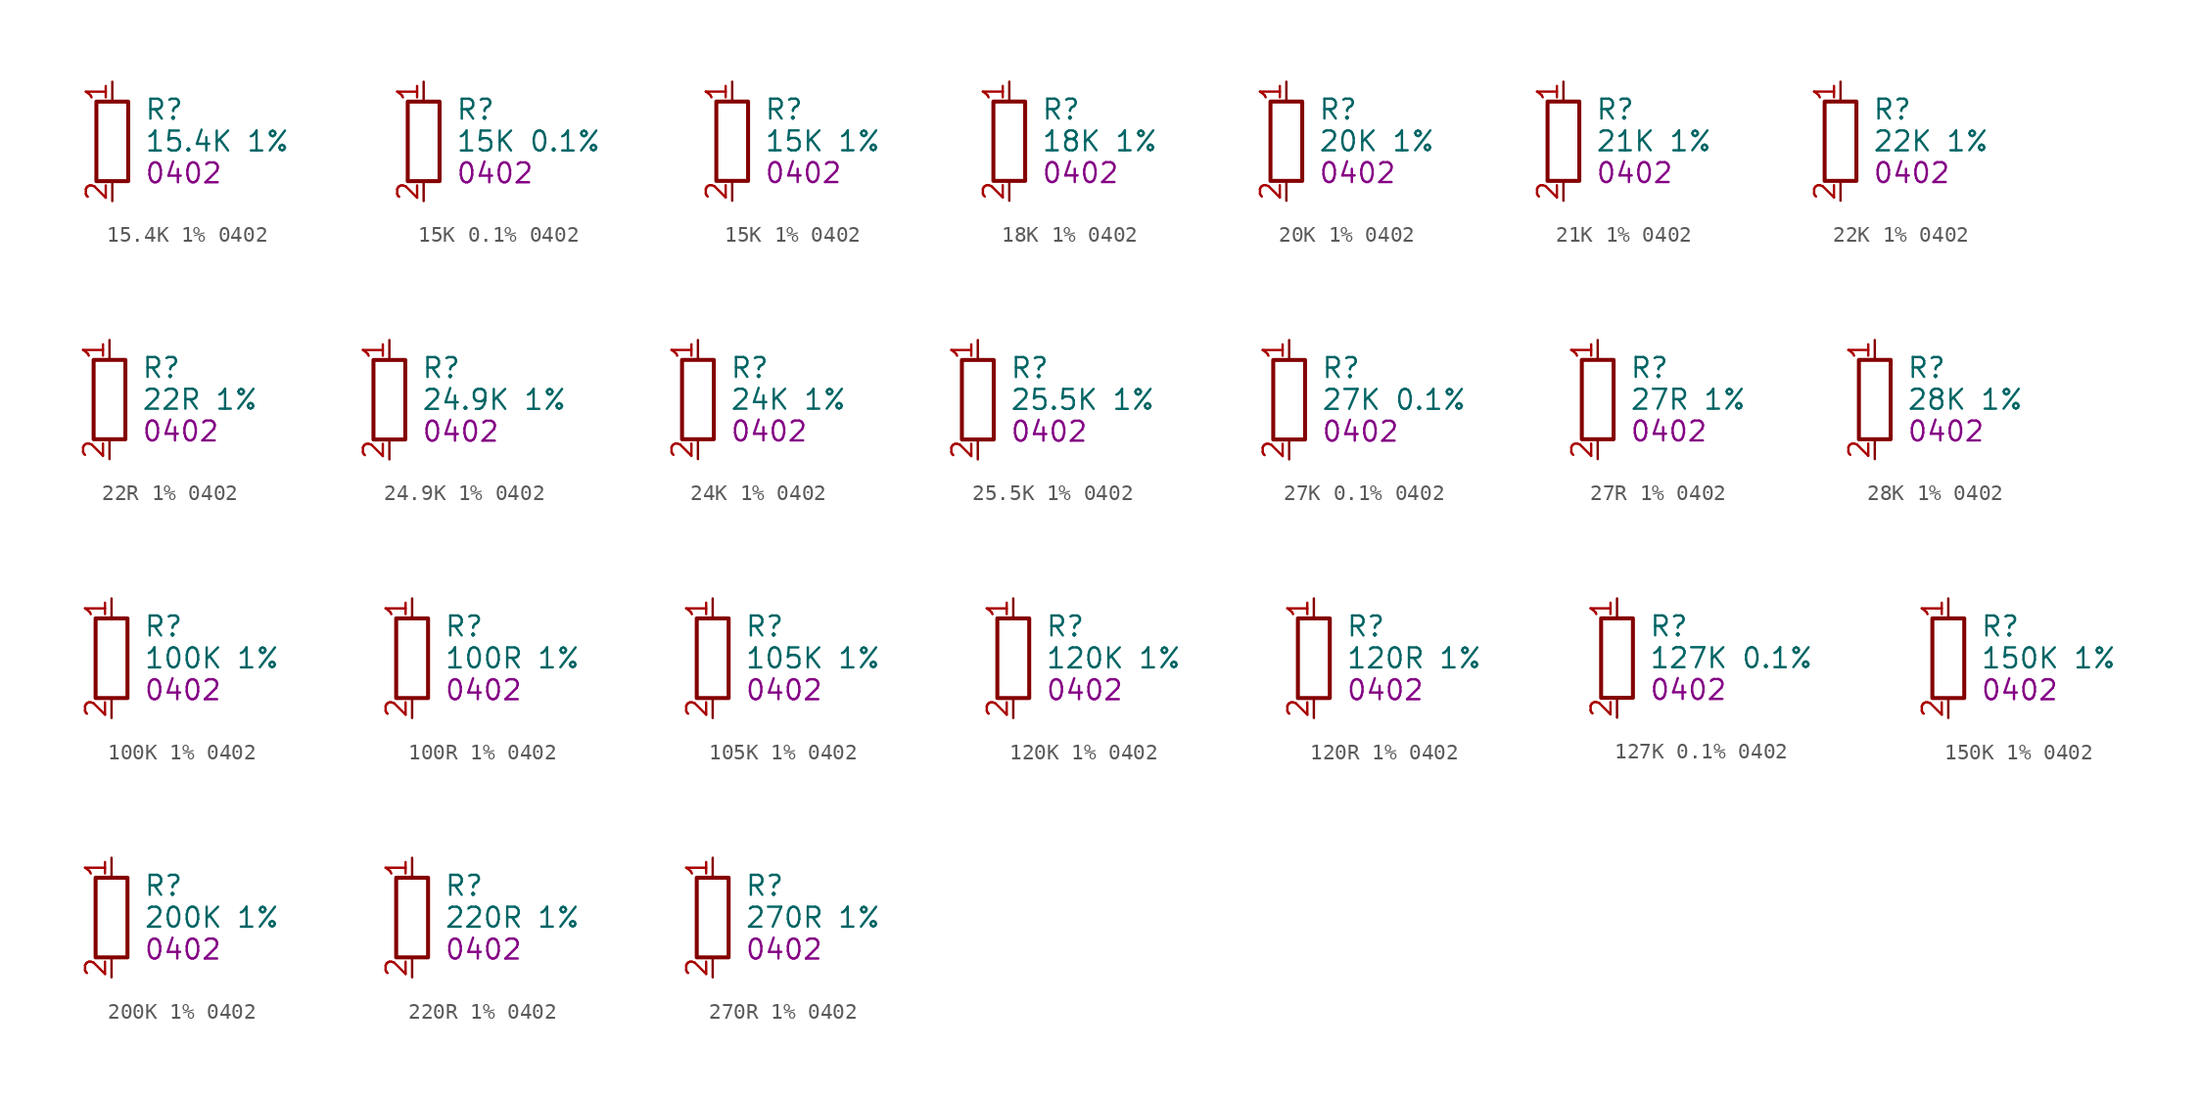
<source format=kicad_sym>
(kicad_symbol_lib
  (version 20241209)
  (generator "kicad_symbol_editor")
  (generator_version "9.0")
  (symbol "15.4K 1% 0402"
    (property "Reference" "R"
      (at 2.032 2.032 0)
      (effects (font (size 1.27 1.27)) (justify left)))
    (property "Value" "15.4K 1%"
      (at 2.032 0 0)
      (effects (font (size 1.27 1.27)) (justify left)))
    (property "FOOTPRINT_SHORT" "0402"
      (at 2.032 -2.032 0)
      (effects (font (size 1.27 1.27)) (justify left)))
    (symbol "15.4K 1% 0402_0_1"
      (rectangle (start -1.016 2.54) (end 1.016 -2.54) (stroke (width 0.254) (type default)) (fill (type none))))
    (symbol "15.4K 1% 0402_1_1"
      (pin passive line (at 0 3.81 270) (length 1.27) (name "~" (effects (font (size 1.27 1.27)))) (number "1" (effects (font (size 1.27 1.27)))))
      (pin passive line (at 0 -3.81 90) (length 1.27) (name "~" (effects (font (size 1.27 1.27)))) (number "2" (effects (font (size 1.27 1.27)))))))
  (symbol "15K 0.1% 0402"
    (property "Reference" "R"
      (at 2.032 2.032 0)
      (effects (font (size 1.27 1.27)) (justify left)))
    (property "Value" "15K 0.1%"
      (at 2.032 0 0)
      (effects (font (size 1.27 1.27)) (justify left)))
    (property "FOOTPRINT_SHORT" "0402"
      (at 2.032 -2.032 0)
      (effects (font (size 1.27 1.27)) (justify left)))
    (symbol "15K 0.1% 0402_0_1"
      (rectangle (start -1.016 2.54) (end 1.016 -2.54) (stroke (width 0.254) (type default)) (fill (type none))))
    (symbol "15K 0.1% 0402_1_1"
      (pin passive line (at 0 3.81 270) (length 1.27) (name "~" (effects (font (size 1.27 1.27)))) (number "1" (effects (font (size 1.27 1.27)))))
      (pin passive line (at 0 -3.81 90) (length 1.27) (name "~" (effects (font (size 1.27 1.27)))) (number "2" (effects (font (size 1.27 1.27)))))))
  (symbol "15K 1% 0402"
    (property "Reference" "R"
      (at 2.032 2.032 0)
      (effects (font (size 1.27 1.27)) (justify left)))
    (property "Value" "15K 1%"
      (at 2.032 0 0)
      (effects (font (size 1.27 1.27)) (justify left)))
    (property "FOOTPRINT_SHORT" "0402"
      (at 2.032 -2.032 0)
      (effects (font (size 1.27 1.27)) (justify left)))
    (symbol "15K 1% 0402_0_1"
      (rectangle (start -1.016 2.54) (end 1.016 -2.54) (stroke (width 0.254) (type default)) (fill (type none))))
    (symbol "15K 1% 0402_1_1"
      (pin passive line (at 0 3.81 270) (length 1.27) (name "~" (effects (font (size 1.27 1.27)))) (number "1" (effects (font (size 1.27 1.27)))))
      (pin passive line (at 0 -3.81 90) (length 1.27) (name "~" (effects (font (size 1.27 1.27)))) (number "2" (effects (font (size 1.27 1.27)))))))
  (symbol "18K 1% 0402"
    (property "Reference" "R"
      (at 2.032 2.032 0)
      (effects (font (size 1.27 1.27)) (justify left)))
    (property "Value" "18K 1%"
      (at 2.032 0 0)
      (effects (font (size 1.27 1.27)) (justify left)))
    (property "FOOTPRINT_SHORT" "0402"
      (at 2.032 -2.032 0)
      (effects (font (size 1.27 1.27)) (justify left)))
    (symbol "18K 1% 0402_0_1"
      (rectangle (start -1.016 2.54) (end 1.016 -2.54) (stroke (width 0.254) (type default)) (fill (type none))))
    (symbol "18K 1% 0402_1_1"
      (pin passive line (at 0 3.81 270) (length 1.27) (name "~" (effects (font (size 1.27 1.27)))) (number "1" (effects (font (size 1.27 1.27)))))
      (pin passive line (at 0 -3.81 90) (length 1.27) (name "~" (effects (font (size 1.27 1.27)))) (number "2" (effects (font (size 1.27 1.27)))))))
  (symbol "20K 1% 0402"
    (property "Reference" "R"
      (at 2.032 2.032 0)
      (effects (font (size 1.27 1.27)) (justify left)))
    (property "Value" "20K 1%"
      (at 2.032 0 0)
      (effects (font (size 1.27 1.27)) (justify left)))
    (property "FOOTPRINT_SHORT" "0402"
      (at 2.032 -2.032 0)
      (effects (font (size 1.27 1.27)) (justify left)))
    (symbol "20K 1% 0402_0_1"
      (rectangle (start -1.016 2.54) (end 1.016 -2.54) (stroke (width 0.254) (type default)) (fill (type none))))
    (symbol "20K 1% 0402_1_1"
      (pin passive line (at 0 3.81 270) (length 1.27) (name "~" (effects (font (size 1.27 1.27)))) (number "1" (effects (font (size 1.27 1.27)))))
      (pin passive line (at 0 -3.81 90) (length 1.27) (name "~" (effects (font (size 1.27 1.27)))) (number "2" (effects (font (size 1.27 1.27)))))))
  (symbol "21K 1% 0402"
    (property "Reference" "R"
      (at 2.032 2.032 0)
      (effects (font (size 1.27 1.27)) (justify left)))
    (property "Value" "21K 1%"
      (at 2.032 0 0)
      (effects (font (size 1.27 1.27)) (justify left)))
    (property "FOOTPRINT_SHORT" "0402"
      (at 2.032 -2.032 0)
      (effects (font (size 1.27 1.27)) (justify left)))
    (symbol "21K 1% 0402_0_1"
      (rectangle (start -1.016 2.54) (end 1.016 -2.54) (stroke (width 0.254) (type default)) (fill (type none))))
    (symbol "21K 1% 0402_1_1"
      (pin passive line (at 0 3.81 270) (length 1.27) (name "~" (effects (font (size 1.27 1.27)))) (number "1" (effects (font (size 1.27 1.27)))))
      (pin passive line (at 0 -3.81 90) (length 1.27) (name "~" (effects (font (size 1.27 1.27)))) (number "2" (effects (font (size 1.27 1.27)))))))
  (symbol "22K 1% 0402"
    (property "Reference" "R"
      (at 2.032 2.032 0)
      (effects (font (size 1.27 1.27)) (justify left)))
    (property "Value" "22K 1%"
      (at 2.032 0 0)
      (effects (font (size 1.27 1.27)) (justify left)))
    (property "FOOTPRINT_SHORT" "0402"
      (at 2.032 -2.032 0)
      (effects (font (size 1.27 1.27)) (justify left)))
    (symbol "22K 1% 0402_0_1"
      (rectangle (start -1.016 2.54) (end 1.016 -2.54) (stroke (width 0.254) (type default)) (fill (type none))))
    (symbol "22K 1% 0402_1_1"
      (pin passive line (at 0 3.81 270) (length 1.27) (name "~" (effects (font (size 1.27 1.27)))) (number "1" (effects (font (size 1.27 1.27)))))
      (pin passive line (at 0 -3.81 90) (length 1.27) (name "~" (effects (font (size 1.27 1.27)))) (number "2" (effects (font (size 1.27 1.27)))))))
  (symbol "22R 1% 0402"
    (property "Reference" "R"
      (at 2.032 2.032 0)
      (effects (font (size 1.27 1.27)) (justify left)))
    (property "Value" "22R 1%"
      (at 2.032 0 0)
      (effects (font (size 1.27 1.27)) (justify left)))
    (property "FOOTPRINT_SHORT" "0402"
      (at 2.032 -2.032 0)
      (effects (font (size 1.27 1.27)) (justify left)))
    (symbol "22R 1% 0402_0_1"
      (rectangle (start -1.016 2.54) (end 1.016 -2.54) (stroke (width 0.254) (type default)) (fill (type none))))
    (symbol "22R 1% 0402_1_1"
      (pin passive line (at 0 3.81 270) (length 1.27) (name "~" (effects (font (size 1.27 1.27)))) (number "1" (effects (font (size 1.27 1.27)))))
      (pin passive line (at 0 -3.81 90) (length 1.27) (name "~" (effects (font (size 1.27 1.27)))) (number "2" (effects (font (size 1.27 1.27)))))))
  (symbol "24.9K 1% 0402"
    (property "Reference" "R"
      (at 2.032 2.032 0)
      (effects (font (size 1.27 1.27)) (justify left)))
    (property "Value" "24.9K 1%"
      (at 2.032 0 0)
      (effects (font (size 1.27 1.27)) (justify left)))
    (property "FOOTPRINT_SHORT" "0402"
      (at 2.032 -2.032 0)
      (effects (font (size 1.27 1.27)) (justify left)))
    (symbol "24.9K 1% 0402_0_1"
      (rectangle (start -1.016 2.54) (end 1.016 -2.54) (stroke (width 0.254) (type default)) (fill (type none))))
    (symbol "24.9K 1% 0402_1_1"
      (pin passive line (at 0 3.81 270) (length 1.27) (name "~" (effects (font (size 1.27 1.27)))) (number "1" (effects (font (size 1.27 1.27)))))
      (pin passive line (at 0 -3.81 90) (length 1.27) (name "~" (effects (font (size 1.27 1.27)))) (number "2" (effects (font (size 1.27 1.27)))))))
  (symbol "24K 1% 0402"
    (property "Reference" "R"
      (at 2.032 2.032 0)
      (effects (font (size 1.27 1.27)) (justify left)))
    (property "Value" "24K 1%"
      (at 2.032 0 0)
      (effects (font (size 1.27 1.27)) (justify left)))
    (property "FOOTPRINT_SHORT" "0402"
      (at 2.032 -2.032 0)
      (effects (font (size 1.27 1.27)) (justify left)))
    (symbol "24K 1% 0402_0_1"
      (rectangle (start -1.016 2.54) (end 1.016 -2.54) (stroke (width 0.254) (type default)) (fill (type none))))
    (symbol "24K 1% 0402_1_1"
      (pin passive line (at 0 3.81 270) (length 1.27) (name "~" (effects (font (size 1.27 1.27)))) (number "1" (effects (font (size 1.27 1.27)))))
      (pin passive line (at 0 -3.81 90) (length 1.27) (name "~" (effects (font (size 1.27 1.27)))) (number "2" (effects (font (size 1.27 1.27)))))))
  (symbol "25.5K 1% 0402"
    (property "Reference" "R"
      (at 2.032 2.032 0)
      (effects (font (size 1.27 1.27)) (justify left)))
    (property "Value" "25.5K 1%"
      (at 2.032 0 0)
      (effects (font (size 1.27 1.27)) (justify left)))
    (property "FOOTPRINT_SHORT" "0402"
      (at 2.032 -2.032 0)
      (effects (font (size 1.27 1.27)) (justify left)))
    (symbol "25.5K 1% 0402_0_1"
      (rectangle (start -1.016 2.54) (end 1.016 -2.54) (stroke (width 0.254) (type default)) (fill (type none))))
    (symbol "25.5K 1% 0402_1_1"
      (pin passive line (at 0 3.81 270) (length 1.27) (name "~" (effects (font (size 1.27 1.27)))) (number "1" (effects (font (size 1.27 1.27)))))
      (pin passive line (at 0 -3.81 90) (length 1.27) (name "~" (effects (font (size 1.27 1.27)))) (number "2" (effects (font (size 1.27 1.27)))))))
  (symbol "27K 0.1% 0402"
    (property "Reference" "R"
      (at 2.032 2.032 0)
      (effects (font (size 1.27 1.27)) (justify left)))
    (property "Value" "27K 0.1%"
      (at 2.032 0 0)
      (effects (font (size 1.27 1.27)) (justify left)))
    (property "FOOTPRINT_SHORT" "0402"
      (at 2.032 -2.032 0)
      (effects (font (size 1.27 1.27)) (justify left)))
    (symbol "27K 0.1% 0402_0_1"
      (rectangle (start -1.016 2.54) (end 1.016 -2.54) (stroke (width 0.254) (type default)) (fill (type none))))
    (symbol "27K 0.1% 0402_1_1"
      (pin passive line (at 0 3.81 270) (length 1.27) (name "~" (effects (font (size 1.27 1.27)))) (number "1" (effects (font (size 1.27 1.27)))))
      (pin passive line (at 0 -3.81 90) (length 1.27) (name "~" (effects (font (size 1.27 1.27)))) (number "2" (effects (font (size 1.27 1.27)))))))
  (symbol "27R 1% 0402"
    (property "Reference" "R"
      (at 2.032 2.032 0)
      (effects (font (size 1.27 1.27)) (justify left)))
    (property "Value" "27R 1%"
      (at 2.032 0 0)
      (effects (font (size 1.27 1.27)) (justify left)))
    (property "FOOTPRINT_SHORT" "0402"
      (at 2.032 -2.032 0)
      (effects (font (size 1.27 1.27)) (justify left)))
    (symbol "27R 1% 0402_0_1"
      (rectangle (start -1.016 2.54) (end 1.016 -2.54) (stroke (width 0.254) (type default)) (fill (type none))))
    (symbol "27R 1% 0402_1_1"
      (pin passive line (at 0 3.81 270) (length 1.27) (name "~" (effects (font (size 1.27 1.27)))) (number "1" (effects (font (size 1.27 1.27)))))
      (pin passive line (at 0 -3.81 90) (length 1.27) (name "~" (effects (font (size 1.27 1.27)))) (number "2" (effects (font (size 1.27 1.27)))))))
  (symbol "28K 1% 0402"
    (property "Reference" "R"
      (at 2.032 2.032 0)
      (effects (font (size 1.27 1.27)) (justify left)))
    (property "Value" "28K 1%"
      (at 2.032 0 0)
      (effects (font (size 1.27 1.27)) (justify left)))
    (property "FOOTPRINT_SHORT" "0402"
      (at 2.032 -2.032 0)
      (effects (font (size 1.27 1.27)) (justify left)))
    (symbol "28K 1% 0402_0_1"
      (rectangle (start -1.016 2.54) (end 1.016 -2.54) (stroke (width 0.254) (type default)) (fill (type none))))
    (symbol "28K 1% 0402_1_1"
      (pin passive line (at 0 3.81 270) (length 1.27) (name "~" (effects (font (size 1.27 1.27)))) (number "1" (effects (font (size 1.27 1.27)))))
      (pin passive line (at 0 -3.81 90) (length 1.27) (name "~" (effects (font (size 1.27 1.27)))) (number "2" (effects (font (size 1.27 1.27)))))))
  (symbol "100K 1% 0402"
    (property "Reference" "R"
      (at 2.032 2.032 0)
      (effects (font (size 1.27 1.27)) (justify left)))
    (property "Value" "100K 1%"
      (at 2.032 0 0)
      (effects (font (size 1.27 1.27)) (justify left)))
    (property "FOOTPRINT_SHORT" "0402"
      (at 2.032 -2.032 0)
      (effects (font (size 1.27 1.27)) (justify left)))
    (symbol "100K 1% 0402_0_1"
      (rectangle (start -1.016 2.54) (end 1.016 -2.54) (stroke (width 0.254) (type default)) (fill (type none))))
    (symbol "100K 1% 0402_1_1"
      (pin passive line (at 0 3.81 270) (length 1.27) (name "~" (effects (font (size 1.27 1.27)))) (number "1" (effects (font (size 1.27 1.27)))))
      (pin passive line (at 0 -3.81 90) (length 1.27) (name "~" (effects (font (size 1.27 1.27)))) (number "2" (effects (font (size 1.27 1.27)))))))
  (symbol "100R 1% 0402"
    (property "Reference" "R"
      (at 2.032 2.032 0)
      (effects (font (size 1.27 1.27)) (justify left)))
    (property "Value" "100R 1%"
      (at 2.032 0 0)
      (effects (font (size 1.27 1.27)) (justify left)))
    (property "FOOTPRINT_SHORT" "0402"
      (at 2.032 -2.032 0)
      (effects (font (size 1.27 1.27)) (justify left)))
    (symbol "100R 1% 0402_0_1"
      (rectangle (start -1.016 2.54) (end 1.016 -2.54) (stroke (width 0.254) (type default)) (fill (type none))))
    (symbol "100R 1% 0402_1_1"
      (pin passive line (at 0 3.81 270) (length 1.27) (name "~" (effects (font (size 1.27 1.27)))) (number "1" (effects (font (size 1.27 1.27)))))
      (pin passive line (at 0 -3.81 90) (length 1.27) (name "~" (effects (font (size 1.27 1.27)))) (number "2" (effects (font (size 1.27 1.27)))))))
  (symbol "105K 1% 0402"
    (property "Reference" "R"
      (at 2.032 2.032 0)
      (effects (font (size 1.27 1.27)) (justify left)))
    (property "Value" "105K 1%"
      (at 2.032 0 0)
      (effects (font (size 1.27 1.27)) (justify left)))
    (property "FOOTPRINT_SHORT" "0402"
      (at 2.032 -2.032 0)
      (effects (font (size 1.27 1.27)) (justify left)))
    (symbol "105K 1% 0402_0_1"
      (rectangle (start -1.016 2.54) (end 1.016 -2.54) (stroke (width 0.254) (type default)) (fill (type none))))
    (symbol "105K 1% 0402_1_1"
      (pin passive line (at 0 3.81 270) (length 1.27) (name "~" (effects (font (size 1.27 1.27)))) (number "1" (effects (font (size 1.27 1.27)))))
      (pin passive line (at 0 -3.81 90) (length 1.27) (name "~" (effects (font (size 1.27 1.27)))) (number "2" (effects (font (size 1.27 1.27)))))))
  (symbol "120K 1% 0402"
    (property "Reference" "R"
      (at 2.032 2.032 0)
      (effects (font (size 1.27 1.27)) (justify left)))
    (property "Value" "120K 1%"
      (at 2.032 0 0)
      (effects (font (size 1.27 1.27)) (justify left)))
    (property "FOOTPRINT_SHORT" "0402"
      (at 2.032 -2.032 0)
      (effects (font (size 1.27 1.27)) (justify left)))
    (symbol "120K 1% 0402_0_1"
      (rectangle (start -1.016 2.54) (end 1.016 -2.54) (stroke (width 0.254) (type default)) (fill (type none))))
    (symbol "120K 1% 0402_1_1"
      (pin passive line (at 0 3.81 270) (length 1.27) (name "~" (effects (font (size 1.27 1.27)))) (number "1" (effects (font (size 1.27 1.27)))))
      (pin passive line (at 0 -3.81 90) (length 1.27) (name "~" (effects (font (size 1.27 1.27)))) (number "2" (effects (font (size 1.27 1.27)))))))
  (symbol "120R 1% 0402"
    (property "Reference" "R"
      (at 2.032 2.032 0)
      (effects (font (size 1.27 1.27)) (justify left)))
    (property "Value" "120R 1%"
      (at 2.032 0 0)
      (effects (font (size 1.27 1.27)) (justify left)))
    (property "FOOTPRINT_SHORT" "0402"
      (at 2.032 -2.032 0)
      (effects (font (size 1.27 1.27)) (justify left)))
    (symbol "120R 1% 0402_0_1"
      (rectangle (start -1.016 2.54) (end 1.016 -2.54) (stroke (width 0.254) (type default)) (fill (type none))))
    (symbol "120R 1% 0402_1_1"
      (pin passive line (at 0 3.81 270) (length 1.27) (name "~" (effects (font (size 1.27 1.27)))) (number "1" (effects (font (size 1.27 1.27)))))
      (pin passive line (at 0 -3.81 90) (length 1.27) (name "~" (effects (font (size 1.27 1.27)))) (number "2" (effects (font (size 1.27 1.27)))))))
  (symbol "127K 0.1% 0402"
    (property "Reference" "R"
      (at 2.032 2.032 0)
      (effects (font (size 1.27 1.27)) (justify left)))
    (property "Value" "127K 0.1%"
      (at 2.032 0 0)
      (effects (font (size 1.27 1.27)) (justify left)))
    (property "FOOTPRINT_SHORT" "0402"
      (at 2.032 -2.032 0)
      (effects (font (size 1.27 1.27)) (justify left)))
    (symbol "127K 0.1% 0402_0_1"
      (rectangle (start -1.016 2.54) (end 1.016 -2.54) (stroke (width 0.254) (type default)) (fill (type none))))
    (symbol "127K 0.1% 0402_1_1"
      (pin passive line (at 0 3.81 270) (length 1.27) (name "~" (effects (font (size 1.27 1.27)))) (number "1" (effects (font (size 1.27 1.27)))))
      (pin passive line (at 0 -3.81 90) (length 1.27) (name "~" (effects (font (size 1.27 1.27)))) (number "2" (effects (font (size 1.27 1.27)))))))
  (symbol "150K 1% 0402"
    (property "Reference" "R"
      (at 2.032 2.032 0)
      (effects (font (size 1.27 1.27)) (justify left)))
    (property "Value" "150K 1%"
      (at 2.032 0 0)
      (effects (font (size 1.27 1.27)) (justify left)))
    (property "FOOTPRINT_SHORT" "0402"
      (at 2.032 -2.032 0)
      (effects (font (size 1.27 1.27)) (justify left)))
    (symbol "150K 1% 0402_0_1"
      (rectangle (start -1.016 2.54) (end 1.016 -2.54) (stroke (width 0.254) (type default)) (fill (type none))))
    (symbol "150K 1% 0402_1_1"
      (pin passive line (at 0 3.81 270) (length 1.27) (name "~" (effects (font (size 1.27 1.27)))) (number "1" (effects (font (size 1.27 1.27)))))
      (pin passive line (at 0 -3.81 90) (length 1.27) (name "~" (effects (font (size 1.27 1.27)))) (number "2" (effects (font (size 1.27 1.27)))))))
  (symbol "200K 1% 0402"
    (property "Reference" "R"
      (at 2.032 2.032 0)
      (effects (font (size 1.27 1.27)) (justify left)))
    (property "Value" "200K 1%"
      (at 2.032 0 0)
      (effects (font (size 1.27 1.27)) (justify left)))
    (property "FOOTPRINT_SHORT" "0402"
      (at 2.032 -2.032 0)
      (effects (font (size 1.27 1.27)) (justify left)))
    (symbol "200K 1% 0402_0_1"
      (rectangle (start -1.016 2.54) (end 1.016 -2.54) (stroke (width 0.254) (type default)) (fill (type none))))
    (symbol "200K 1% 0402_1_1"
      (pin passive line (at 0 3.81 270) (length 1.27) (name "~" (effects (font (size 1.27 1.27)))) (number "1" (effects (font (size 1.27 1.27)))))
      (pin passive line (at 0 -3.81 90) (length 1.27) (name "~" (effects (font (size 1.27 1.27)))) (number "2" (effects (font (size 1.27 1.27)))))))
  (symbol "220R 1% 0402"
    (property "Reference" "R"
      (at 2.032 2.032 0)
      (effects (font (size 1.27 1.27)) (justify left)))
    (property "Value" "220R 1%"
      (at 2.032 0 0)
      (effects (font (size 1.27 1.27)) (justify left)))
    (property "FOOTPRINT_SHORT" "0402"
      (at 2.032 -2.032 0)
      (effects (font (size 1.27 1.27)) (justify left)))
    (symbol "220R 1% 0402_0_1"
      (rectangle (start -1.016 2.54) (end 1.016 -2.54) (stroke (width 0.254) (type default)) (fill (type none))))
    (symbol "220R 1% 0402_1_1"
      (pin passive line (at 0 3.81 270) (length 1.27) (name "~" (effects (font (size 1.27 1.27)))) (number "1" (effects (font (size 1.27 1.27)))))
      (pin passive line (at 0 -3.81 90) (length 1.27) (name "~" (effects (font (size 1.27 1.27)))) (number "2" (effects (font (size 1.27 1.27)))))))
  (symbol "270R 1% 0402"
    (property "Reference" "R"
      (at 2.032 2.032 0)
      (effects (font (size 1.27 1.27)) (justify left)))
    (property "Value" "270R 1%"
      (at 2.032 0 0)
      (effects (font (size 1.27 1.27)) (justify left)))
    (property "FOOTPRINT_SHORT" "0402"
      (at 2.032 -2.032 0)
      (effects (font (size 1.27 1.27)) (justify left)))
    (symbol "270R 1% 0402_0_1"
      (rectangle (start -1.016 2.54) (end 1.016 -2.54) (stroke (width 0.254) (type default)) (fill (type none))))
    (symbol "270R 1% 0402_1_1"
      (pin passive line (at 0 3.81 270) (length 1.27) (name "~" (effects (font (size 1.27 1.27)))) (number "1" (effects (font (size 1.27 1.27)))))
      (pin passive line (at 0 -3.81 90) (length 1.27) (name "~" (effects (font (size 1.27 1.27)))) (number "2" (effects (font (size 1.27 1.27))))))))
</source>
